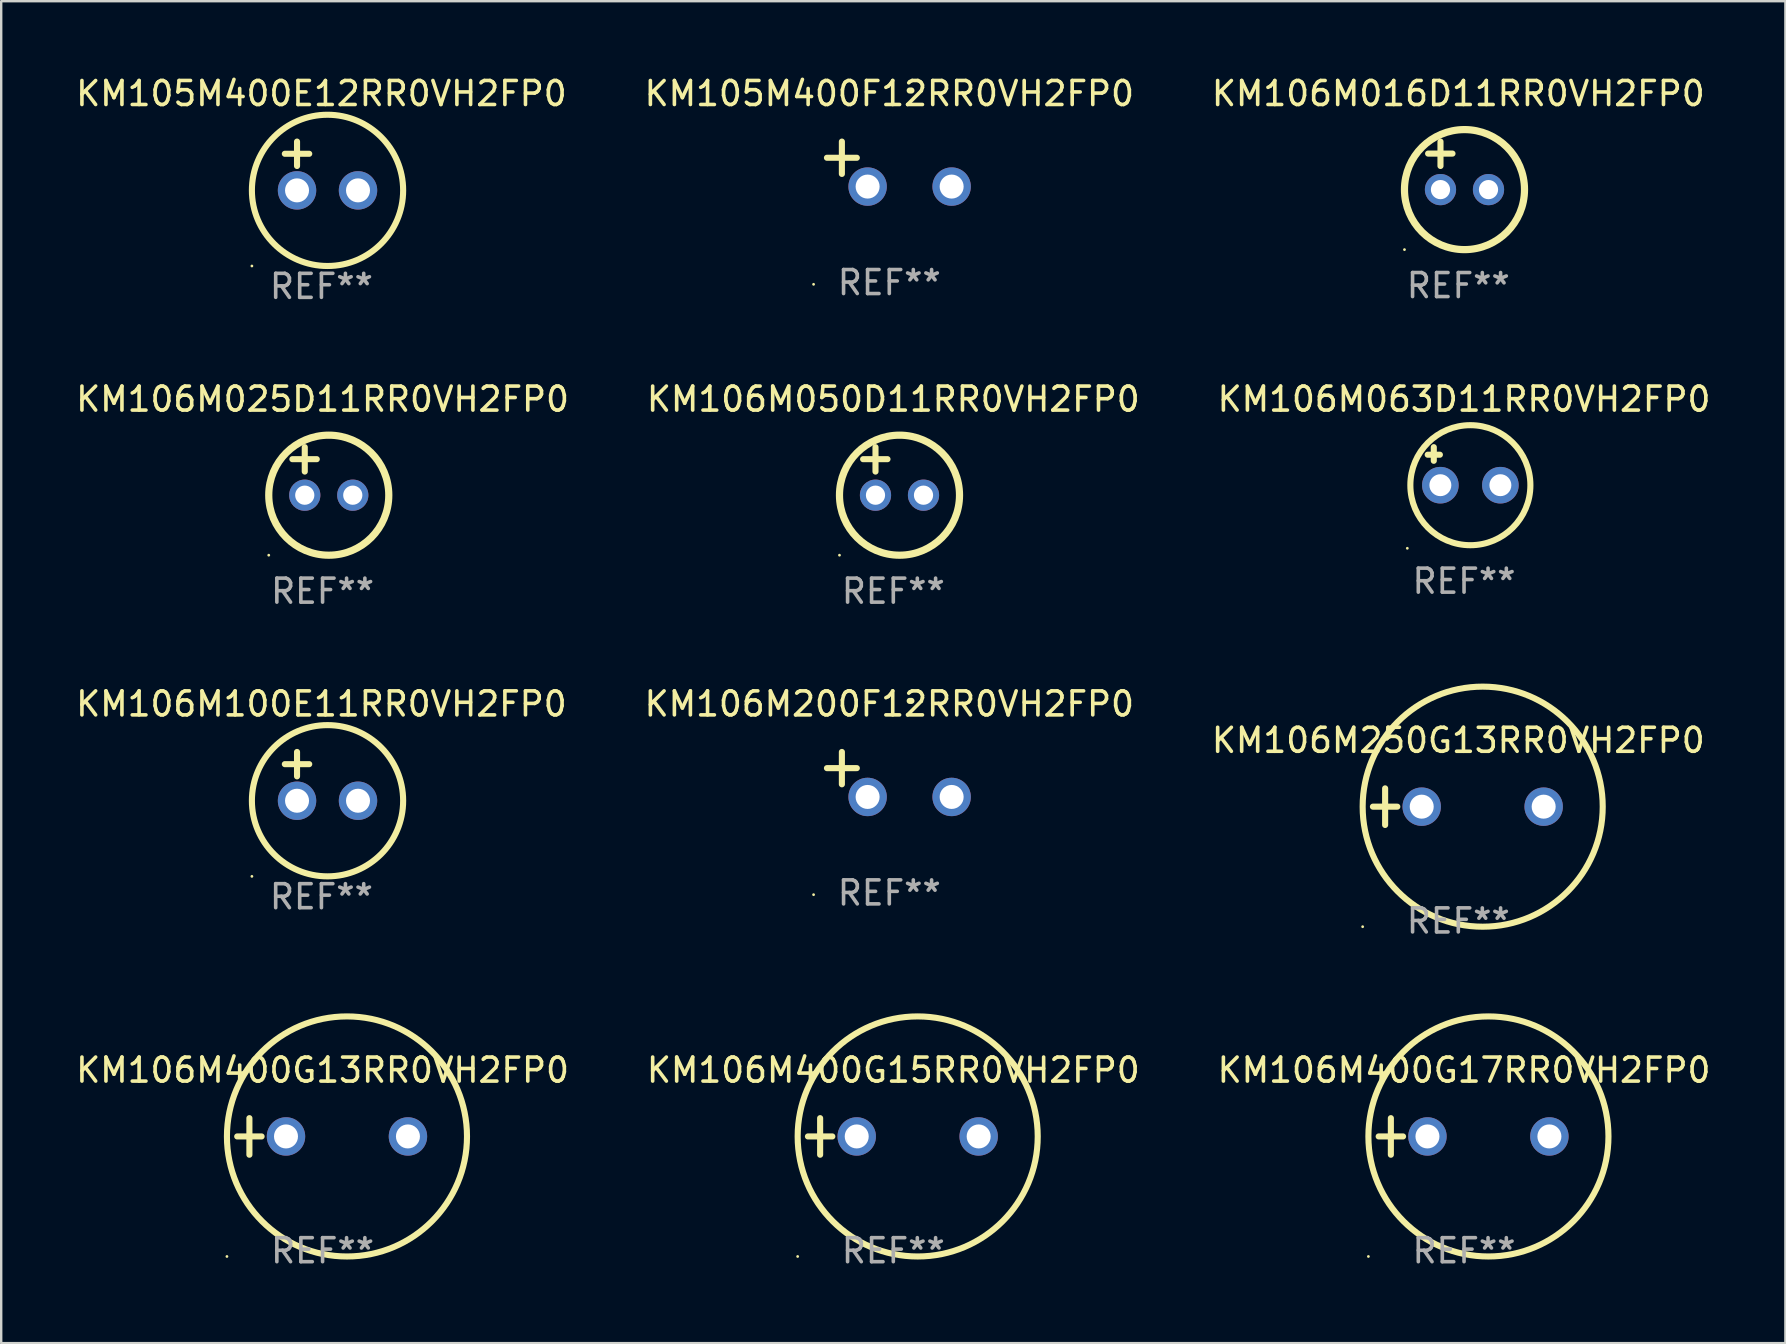
<source format=kicad_pcb>
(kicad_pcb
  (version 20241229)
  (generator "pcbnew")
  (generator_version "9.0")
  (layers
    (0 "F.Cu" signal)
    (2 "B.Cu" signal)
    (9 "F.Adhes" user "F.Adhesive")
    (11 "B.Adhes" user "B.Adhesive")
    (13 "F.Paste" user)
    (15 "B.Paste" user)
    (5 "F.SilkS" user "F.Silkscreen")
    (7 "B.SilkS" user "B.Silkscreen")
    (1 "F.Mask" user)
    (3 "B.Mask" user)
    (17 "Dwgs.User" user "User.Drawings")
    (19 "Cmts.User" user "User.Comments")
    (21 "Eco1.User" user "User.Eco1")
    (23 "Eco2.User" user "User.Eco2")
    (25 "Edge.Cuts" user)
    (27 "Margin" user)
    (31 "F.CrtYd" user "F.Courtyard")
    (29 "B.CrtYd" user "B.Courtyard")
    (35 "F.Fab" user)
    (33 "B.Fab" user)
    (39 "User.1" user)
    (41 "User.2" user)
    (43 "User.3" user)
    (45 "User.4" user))
  (footprint "KM106M200F12RR0VH2FP0"
    (layer "F.Cu")
    (at 33.994 29.21)
    (property "Reference" "KM106M200F12RR0VH2FP0" (at 0 -2.937 0) (layer "F.SilkS") (effects (font (size 1 1) (thickness 0.15))))
    (attr through_hole)
    (fp_line (start -1.975 0.41) (end -1.975 -0.937) (stroke (width 0.254) (type solid)) (layer "F.SilkS"))
    (fp_line (start -1.353 -0.263) (end -2.597 -0.263) (stroke (width 0.254) (type solid)) (layer "F.SilkS"))
    (fp_arc (start 0.849809 -3.063957) (mid 0.885369 -3.064114) (end 0.920929 -3.063957) (stroke (width 0.254001) (type solid)) (layer "F.SilkS"))
    (fp_circle (center -3.154 5.008) (end -3.124 5.008) (stroke (width 0.06) (type solid)) (fill no) (layer "F.SilkS"))
    (fp_text user "REF**" (at 0 4.937 0) (layer "F.Fab") (effects (font (size 1 1) (thickness 0.15))))
    (pad "1" thru_hole circle (at -0.903 0.937) (size 1.6 1.6) (drill 1) (layers "*.Cu" "*.Mask"))
    (pad "2" thru_hole circle (at 2.597 0.937) (size 1.6 1.6) (drill 1) (layers "*.Cu" "*.Mask")))
  (footprint "KM106M100E11RR0VH2FP0"
    (layer "F.Cu")
    (at 10.339 29.289)
    (property "Reference" "KM106M100E11RR0VH2FP0" (at 0 -3.016 0) (layer "F.SilkS") (effects (font (size 1 1) (thickness 0.15))))
    (attr through_hole)
    (fp_line (start -1.524 -0.508) (end -0.508 -0.508) (stroke (width 0.254) (type solid)) (layer "F.SilkS"))
    (fp_line (start -1.016 -1.016) (end -1.016 0) (stroke (width 0.254) (type solid)) (layer "F.SilkS"))
    (fp_circle (center -2.896 4.166) (end -2.866 4.166) (stroke (width 0.06) (type solid)) (fill no) (layer "F.SilkS"))
    (fp_circle (center 0.254 1.016) (end 3.404 1.016) (stroke (width 0.254) (type solid)) (fill no) (layer "F.SilkS"))
    (fp_text user "REF**" (at 0 5.016 0) (layer "F.Fab") (effects (font (size 1 1) (thickness 0.15))))
    (pad "1" thru_hole circle (at -1.016 1.016) (size 1.6 1.6) (drill 1) (layers "*.Cu" "*.Mask"))
    (pad "2" thru_hole circle (at 1.524 1.016) (size 1.6 1.6) (drill 1) (layers "*.Cu" "*.Mask")))
  (footprint "KM106M025D11RR0VH2FP0"
    (layer "F.Cu")
    (at 10.387 16.577)
    (property "Reference" "KM106M025D11RR0VH2FP0" (at 0 -3 0) (layer "F.SilkS") (effects (font (size 1 1) (thickness 0.15))))
    (attr through_hole)
    (fp_line (start -1.258 -0.5) (end -0.242 -0.5) (stroke (width 0.254) (type solid)) (layer "F.SilkS"))
    (fp_line (start -0.742 -1) (end -0.742 0.016) (stroke (width 0.254) (type solid)) (layer "F.SilkS"))
    (fp_circle (center -2.242 3.5) (end -2.212 3.5) (stroke (width 0.06) (type solid)) (fill no) (layer "F.SilkS"))
    (fp_circle (center 0.258 1) (end 2.758 1) (stroke (width 0.3) (type solid)) (fill no) (layer "F.SilkS"))
    (fp_text user "REF**" (at 0 5 0) (layer "F.Fab") (effects (font (size 1 1) (thickness 0.15))))
    (pad "1" thru_hole circle (at -0.742 1) (size 1.3 1.3) (drill 0.8) (layers "*.Cu" "*.Mask"))
    (pad "2" thru_hole circle (at 1.258 1) (size 1.3 1.3) (drill 0.8) (layers "*.Cu" "*.Mask")))
  (footprint "KM105M400E12RR0VH2FP0"
    (layer "F.Cu")
    (at 10.339 3.864)
    (property "Reference" "KM105M400E12RR0VH2FP0" (at 0 -3.016 0) (layer "F.SilkS") (effects (font (size 1 1) (thickness 0.15))))
    (attr through_hole)
    (fp_line (start -1.524 -0.508) (end -0.508 -0.508) (stroke (width 0.254) (type solid)) (layer "F.SilkS"))
    (fp_line (start -1.016 -1.016) (end -1.016 0) (stroke (width 0.254) (type solid)) (layer "F.SilkS"))
    (fp_circle (center -2.896 4.166) (end -2.866 4.166) (stroke (width 0.06) (type solid)) (fill no) (layer "F.SilkS"))
    (fp_circle (center 0.254 1.016) (end 3.404 1.016) (stroke (width 0.254) (type solid)) (fill no) (layer "F.SilkS"))
    (fp_text user "REF**" (at 0 5.016 0) (layer "F.Fab") (effects (font (size 1 1) (thickness 0.15))))
    (pad "1" thru_hole circle (at -1.016 1.016) (size 1.6 1.6) (drill 1) (layers "*.Cu" "*.Mask"))
    (pad "2" thru_hole circle (at 1.524 1.016) (size 1.6 1.6) (drill 1) (layers "*.Cu" "*.Mask")))
  (footprint "KM106M250G13RR0VH2FP0"
    (layer "F.Cu")
    (at 57.696 30.552)
    (property "Reference" "KM106M250G13RR0VH2FP0" (at 0 -2.762 0) (layer "F.SilkS") (effects (font (size 1 1) (thickness 0.15))))
    (attr through_hole)
    (fp_line (start -3.556 0) (end -2.54 0) (stroke (width 0.254) (type solid)) (layer "F.SilkS"))
    (fp_line (start -3.048 -0.762) (end -3.048 0.762) (stroke (width 0.254) (type solid)) (layer "F.SilkS"))
    (fp_circle (center -3.984 5) (end -3.954 5) (stroke (width 0.06) (type solid)) (fill no) (layer "F.SilkS"))
    (fp_circle (center 1.016 0) (end 6.016 0) (stroke (width 0.254) (type solid)) (fill no) (layer "F.SilkS"))
    (fp_text user "REF**" (at 0 4.762 0) (layer "F.Fab") (effects (font (size 1 1) (thickness 0.15))))
    (pad "1" thru_hole circle (at -1.524 0) (size 1.6 1.6) (drill 1) (layers "*.Cu" "*.Mask"))
    (pad "2" thru_hole circle (at 3.556 0) (size 1.6 1.6) (drill 1) (layers "*.Cu" "*.Mask")))
  (footprint "KM106M400G17RR0VH2FP0"
    (layer "F.Cu")
    (at 57.935 44.289)
    (property "Reference" "KM106M400G17RR0VH2FP0" (at 0 -2.762 0) (layer "F.SilkS") (effects (font (size 1 1) (thickness 0.15))))
    (attr through_hole)
    (fp_line (start -3.556 0) (end -2.54 0) (stroke (width 0.254) (type solid)) (layer "F.SilkS"))
    (fp_line (start -3.048 -0.762) (end -3.048 0.762) (stroke (width 0.254) (type solid)) (layer "F.SilkS"))
    (fp_circle (center -3.984 5) (end -3.954 5) (stroke (width 0.06) (type solid)) (fill no) (layer "F.SilkS"))
    (fp_circle (center 1.016 0) (end 6.016 0) (stroke (width 0.254) (type solid)) (fill no) (layer "F.SilkS"))
    (fp_text user "REF**" (at 0 4.762 0) (layer "F.Fab") (effects (font (size 1 1) (thickness 0.15))))
    (pad "1" thru_hole circle (at -1.524 0) (size 1.6 1.6) (drill 1) (layers "*.Cu" "*.Mask"))
    (pad "2" thru_hole circle (at 3.556 0) (size 1.6 1.6) (drill 1) (layers "*.Cu" "*.Mask")))
  (footprint "KM106M063D11RR0VH2FP0"
    (layer "F.Cu")
    (at 57.935 16.369)
    (property "Reference" "KM106M063D11RR0VH2FP0" (at 0 -2.792 0) (layer "F.SilkS") (effects (font (size 1 1) (thickness 0.15))))
    (attr through_hole)
    (fp_line (start -1.514 -0.478) (end -1.006 -0.478) (stroke (width 0.254) (type solid)) (layer "F.SilkS"))
    (fp_line (start -1.26 -0.792) (end -1.26 -0.224) (stroke (width 0.254) (type solid)) (layer "F.SilkS"))
    (fp_circle (center -2.363 3.42) (end -2.333 3.42) (stroke (width 0.06) (type solid)) (fill no) (layer "F.SilkS"))
    (fp_circle (center 0.264 0.792) (end 2.764 0.792) (stroke (width 0.254) (type solid)) (fill no) (layer "F.SilkS"))
    (fp_text user "REF**" (at 0 4.792 0) (layer "F.Fab") (effects (font (size 1 1) (thickness 0.15))))
    (pad "1" thru_hole circle (at -0.986 0.792) (size 1.524 1.524) (drill 0.914) (layers "*.Cu" "*.Mask"))
    (pad "2" thru_hole circle (at 1.514 0.792) (size 1.524 1.524) (drill 0.914) (layers "*.Cu" "*.Mask")))
  (footprint "KM105M400F12RR0VH2FP0"
    (layer "F.Cu")
    (at 33.994 3.785)
    (property "Reference" "KM105M400F12RR0VH2FP0" (at 0 -2.937 0) (layer "F.SilkS") (effects (font (size 1 1) (thickness 0.15))))
    (attr through_hole)
    (fp_line (start -1.975 0.41) (end -1.975 -0.937) (stroke (width 0.254) (type solid)) (layer "F.SilkS"))
    (fp_line (start -1.353 -0.263) (end -2.597 -0.263) (stroke (width 0.254) (type solid)) (layer "F.SilkS"))
    (fp_arc (start 0.849809 -3.063957) (mid 0.885369 -3.064114) (end 0.920929 -3.063957) (stroke (width 0.254001) (type solid)) (layer "F.SilkS"))
    (fp_circle (center -3.154 5.008) (end -3.124 5.008) (stroke (width 0.06) (type solid)) (fill no) (layer "F.SilkS"))
    (fp_text user "REF**" (at 0 4.937 0) (layer "F.Fab") (effects (font (size 1 1) (thickness 0.15))))
    (pad "1" thru_hole circle (at -0.903 0.937) (size 1.6 1.6) (drill 1) (layers "*.Cu" "*.Mask"))
    (pad "2" thru_hole circle (at 2.597 0.937) (size 1.6 1.6) (drill 1) (layers "*.Cu" "*.Mask")))
  (footprint "KM106M400G15RR0VH2FP0"
    (layer "F.Cu")
    (at 34.161 44.289)
    (property "Reference" "KM106M400G15RR0VH2FP0" (at 0 -2.762 0) (layer "F.SilkS") (effects (font (size 1 1) (thickness 0.15))))
    (attr through_hole)
    (fp_line (start -3.556 0) (end -2.54 0) (stroke (width 0.254) (type solid)) (layer "F.SilkS"))
    (fp_line (start -3.048 -0.762) (end -3.048 0.762) (stroke (width 0.254) (type solid)) (layer "F.SilkS"))
    (fp_circle (center -3.984 5) (end -3.954 5) (stroke (width 0.06) (type solid)) (fill no) (layer "F.SilkS"))
    (fp_circle (center 1.016 0) (end 6.016 0) (stroke (width 0.254) (type solid)) (fill no) (layer "F.SilkS"))
    (fp_text user "REF**" (at 0 4.762 0) (layer "F.Fab") (effects (font (size 1 1) (thickness 0.15))))
    (pad "1" thru_hole circle (at -1.524 0) (size 1.6 1.6) (drill 1) (layers "*.Cu" "*.Mask"))
    (pad "2" thru_hole circle (at 3.556 0) (size 1.6 1.6) (drill 1) (layers "*.Cu" "*.Mask")))
  (footprint "KM106M400G13RR0VH2FP0"
    (layer "F.Cu")
    (at 10.387 44.289)
    (property "Reference" "KM106M400G13RR0VH2FP0" (at 0 -2.762 0) (layer "F.SilkS") (effects (font (size 1 1) (thickness 0.15))))
    (attr through_hole)
    (fp_line (start -3.556 0) (end -2.54 0) (stroke (width 0.254) (type solid)) (layer "F.SilkS"))
    (fp_line (start -3.048 -0.762) (end -3.048 0.762) (stroke (width 0.254) (type solid)) (layer "F.SilkS"))
    (fp_circle (center -3.984 5) (end -3.954 5) (stroke (width 0.06) (type solid)) (fill no) (layer "F.SilkS"))
    (fp_circle (center 1.016 0) (end 6.016 0) (stroke (width 0.254) (type solid)) (fill no) (layer "F.SilkS"))
    (fp_text user "REF**" (at 0 4.762 0) (layer "F.Fab") (effects (font (size 1 1) (thickness 0.15))))
    (pad "1" thru_hole circle (at -1.524 0) (size 1.6 1.6) (drill 1) (layers "*.Cu" "*.Mask"))
    (pad "2" thru_hole circle (at 3.556 0) (size 1.6 1.6) (drill 1) (layers "*.Cu" "*.Mask")))
  (footprint "KM106M016D11RR0VH2FP0"
    (layer "F.Cu")
    (at 57.696 3.848)
    (property "Reference" "KM106M016D11RR0VH2FP0" (at 0 -3 0) (layer "F.SilkS") (effects (font (size 1 1) (thickness 0.15))))
    (attr through_hole)
    (fp_line (start -1.258 -0.5) (end -0.242 -0.5) (stroke (width 0.254) (type solid)) (layer "F.SilkS"))
    (fp_line (start -0.742 -1) (end -0.742 0.016) (stroke (width 0.254) (type solid)) (layer "F.SilkS"))
    (fp_circle (center -2.242 3.5) (end -2.212 3.5) (stroke (width 0.06) (type solid)) (fill no) (layer "F.SilkS"))
    (fp_circle (center 0.258 1) (end 2.758 1) (stroke (width 0.3) (type solid)) (fill no) (layer "F.SilkS"))
    (fp_text user "REF**" (at 0 5 0) (layer "F.Fab") (effects (font (size 1 1) (thickness 0.15))))
    (pad "1" thru_hole circle (at -0.742 1) (size 1.3 1.3) (drill 0.8) (layers "*.Cu" "*.Mask"))
    (pad "2" thru_hole circle (at 1.258 1) (size 1.3 1.3) (drill 0.8) (layers "*.Cu" "*.Mask")))
  (footprint "KM106M050D11RR0VH2FP0"
    (layer "F.Cu")
    (at 34.161 16.577)
    (property "Reference" "KM106M050D11RR0VH2FP0" (at 0 -3 0) (layer "F.SilkS") (effects (font (size 1 1) (thickness 0.15))))
    (attr through_hole)
    (fp_line (start -1.258 -0.5) (end -0.242 -0.5) (stroke (width 0.254) (type solid)) (layer "F.SilkS"))
    (fp_line (start -0.742 -1) (end -0.742 0.016) (stroke (width 0.254) (type solid)) (layer "F.SilkS"))
    (fp_circle (center -2.242 3.5) (end -2.212 3.5) (stroke (width 0.06) (type solid)) (fill no) (layer "F.SilkS"))
    (fp_circle (center 0.258 1) (end 2.758 1) (stroke (width 0.3) (type solid)) (fill no) (layer "F.SilkS"))
    (fp_text user "REF**" (at 0 5 0) (layer "F.Fab") (effects (font (size 1 1) (thickness 0.15))))
    (pad "1" thru_hole circle (at -0.742 1) (size 1.3 1.3) (drill 0.8) (layers "*.Cu" "*.Mask"))
    (pad "2" thru_hole circle (at 1.258 1) (size 1.3 1.3) (drill 0.8) (layers "*.Cu" "*.Mask")))
  (gr_rect
    (start -3 -3)
    (end 71.321 52.9)
    (stroke (width 0.1) (type default))
    (fill no)
    (layer "Edge.Cuts")))
</source>
